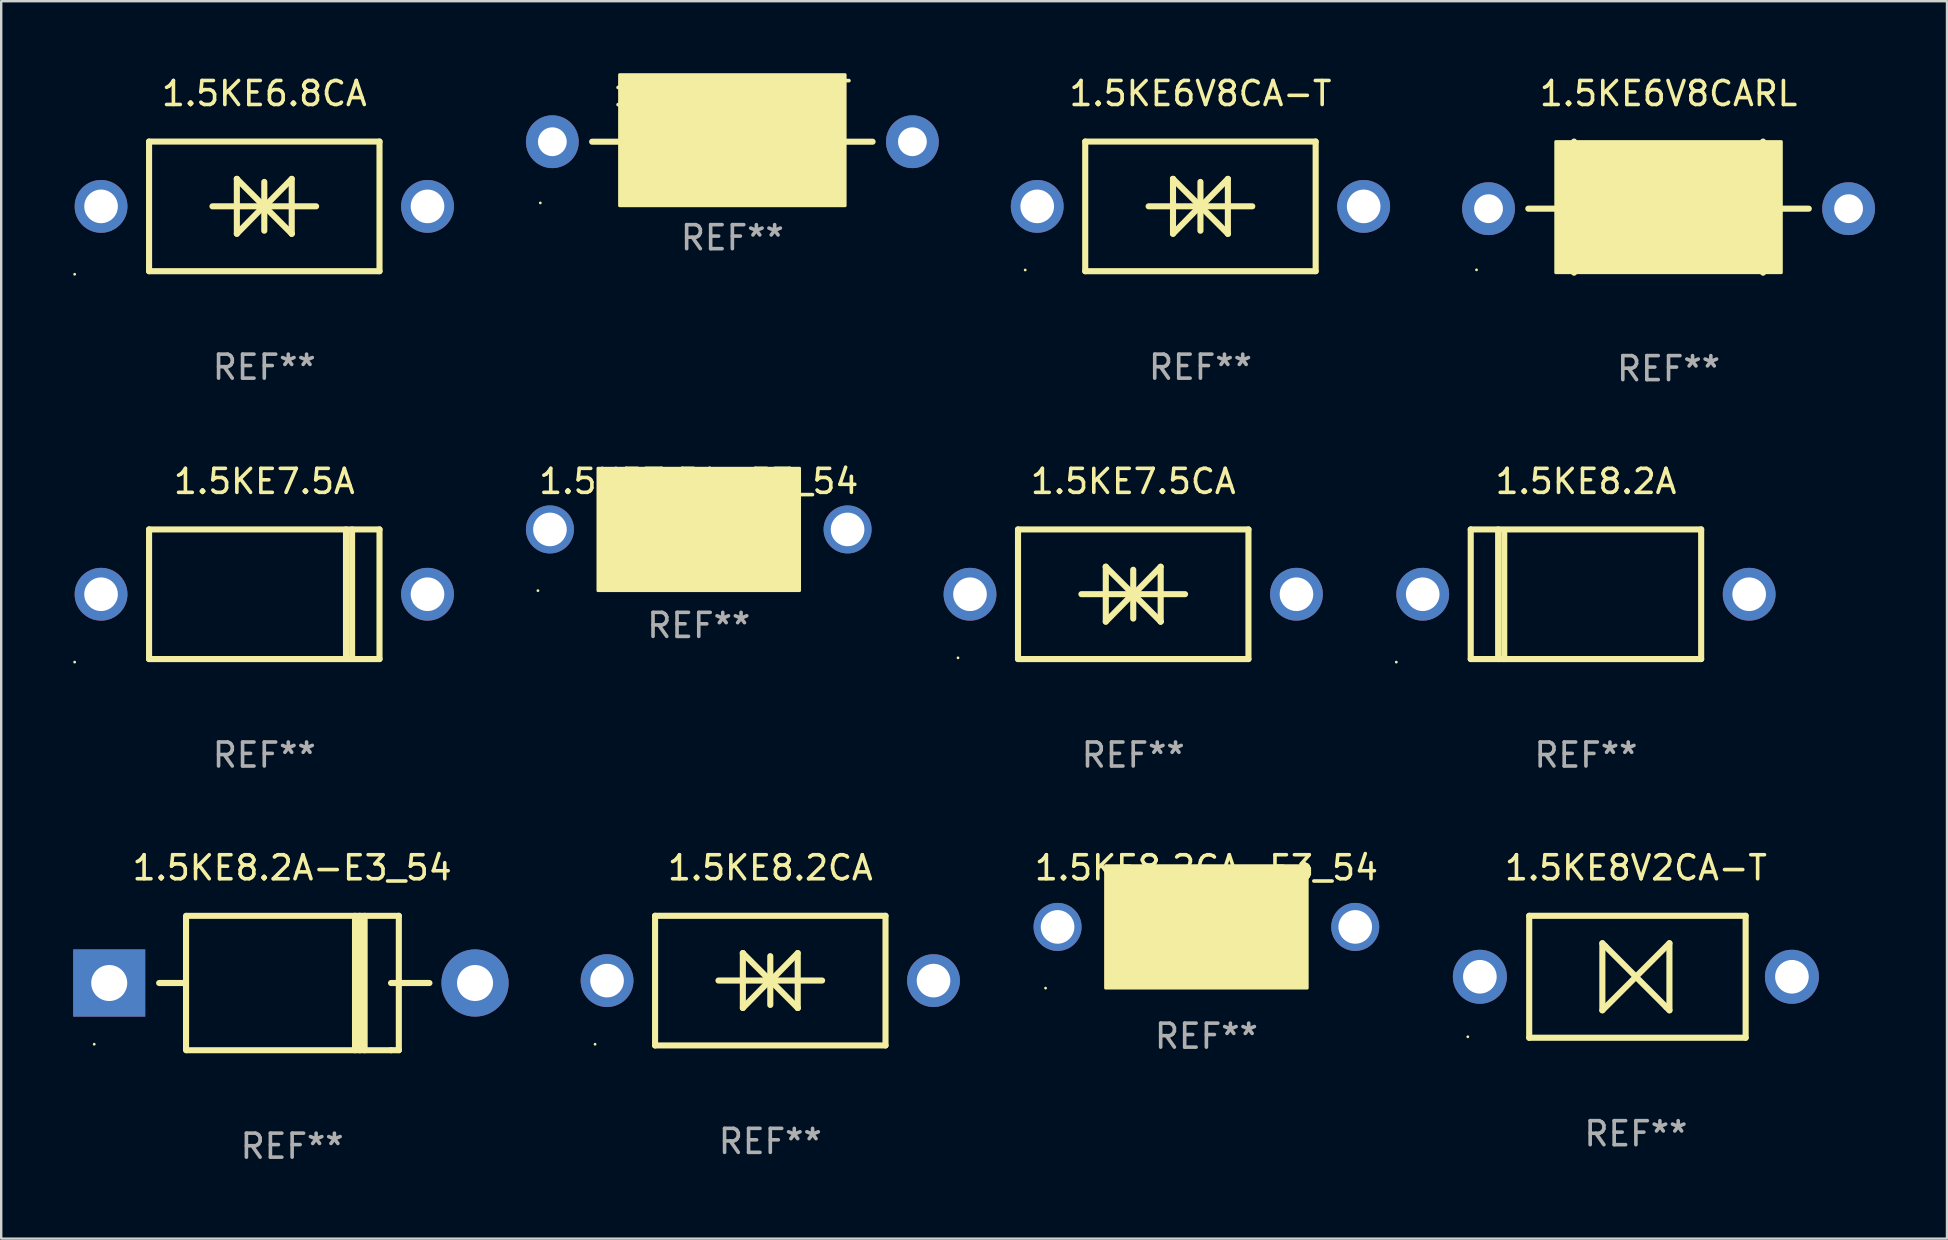
<source format=kicad_pcb>
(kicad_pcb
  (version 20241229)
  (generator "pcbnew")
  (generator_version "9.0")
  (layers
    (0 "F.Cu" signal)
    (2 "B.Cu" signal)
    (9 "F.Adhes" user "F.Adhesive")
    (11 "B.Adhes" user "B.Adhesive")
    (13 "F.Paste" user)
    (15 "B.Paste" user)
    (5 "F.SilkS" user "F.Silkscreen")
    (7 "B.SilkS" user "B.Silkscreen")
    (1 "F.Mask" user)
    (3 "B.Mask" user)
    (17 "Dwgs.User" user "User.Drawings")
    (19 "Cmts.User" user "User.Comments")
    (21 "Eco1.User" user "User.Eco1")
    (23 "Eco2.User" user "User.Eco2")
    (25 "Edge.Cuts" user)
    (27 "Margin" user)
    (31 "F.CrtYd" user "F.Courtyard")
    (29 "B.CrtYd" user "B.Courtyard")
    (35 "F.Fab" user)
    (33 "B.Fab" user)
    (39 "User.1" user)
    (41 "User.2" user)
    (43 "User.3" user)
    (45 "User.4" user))
  (footprint "1.5KE6V8CARL"
    (layer "F.Cu")
    (at 66.461 5.579)
    (property "Reference" "1.5KE6V8CARL" (at 0 -4.731 0) (layer "F.SilkS") (effects (font (size 1 1) (thickness 0.15))))
    (attr through_hole)
    (fp_line (start -4.699 0.064) (end -5.842 0.064) (stroke (width 0.254) (type solid)) (layer "F.SilkS"))
    (fp_line (start -3.937 -2.731) (end -3.937 2.731) (stroke (width 0.254) (type solid)) (layer "F.SilkS"))
    (fp_line (start 3.937 2.731) (end 3.937 -2.731) (stroke (width 0.254) (type solid)) (layer "F.SilkS"))
    (fp_line (start 4.699 0.064) (end 5.842 0.064) (stroke (width 0.254) (type solid)) (layer "F.SilkS"))
    (fp_circle (center -8 2.613) (end -7.97 2.613) (stroke (width 0.06) (type solid)) (fill no) (layer "F.SilkS"))
    (fp_poly (pts (xy -4.699 -2.731) (xy 4.699 -2.731) (xy 4.699 2.731) (xy -4.699 2.731)) (stroke (width 0.12) (type solid)) (fill yes) (layer "F.SilkS"))
    (fp_text user "REF**" (at 0 6.731 0) (layer "F.Fab") (effects (font (size 1 1) (thickness 0.15))))
    (pad "1" thru_hole circle (at -7.5 0.064) (size 2.2 2.2) (drill 1.2) (layers "*.Cu" "*.Mask"))
    (pad "2" thru_hole circle (at 7.5 0.064) (size 2.2 2.2) (drill 1.2) (layers "*.Cu" "*.Mask")))
  (footprint "1.5KE6V8CA-T"
    (layer "F.Cu")
    (at 46.96 5.548)
    (property "Reference" "1.5KE6V8CA-T" (at 0 -4.7 0) (layer "F.SilkS") (effects (font (size 1 1) (thickness 0.15))))
    (attr through_hole)
    (fp_line (start -4.8 -2.7) (end -4.8 2.7) (stroke (width 0.254) (type solid)) (layer "F.SilkS"))
    (fp_line (start -4.8 -2.7) (end 4.8 -2.7) (stroke (width 0.254) (type solid)) (layer "F.SilkS"))
    (fp_line (start -2.159 -0.003) (end 2.159 -0.003) (stroke (width 0.254) (type solid)) (layer "F.SilkS"))
    (fp_line (start -1.143 -1.146) (end -1.143 1.14) (stroke (width 0.254) (type solid)) (layer "F.SilkS"))
    (fp_line (start -1.143 -1.143) (end -1.143 -1.146) (stroke (width 0.254) (type solid)) (layer "F.SilkS"))
    (fp_line (start 0 -1.019) (end 0 1.013) (stroke (width 0.254) (type solid)) (layer "F.SilkS"))
    (fp_line (start 0 -0.026) (end -1.143 1.14) (stroke (width 0.254) (type solid)) (layer "F.SilkS"))
    (fp_line (start 0 -0.006) (end 1.143 1.137) (stroke (width 0.254) (type solid)) (layer "F.SilkS"))
    (fp_line (start 0 0) (end -1.143 -1.143) (stroke (width 0.254) (type solid)) (layer "F.SilkS"))
    (fp_line (start 0 0.02) (end 1.143 -1.146) (stroke (width 0.254) (type solid)) (layer "F.SilkS"))
    (fp_line (start 1.143 1.137) (end 1.143 1.14) (stroke (width 0.254) (type solid)) (layer "F.SilkS"))
    (fp_line (start 1.143 1.14) (end 1.143 -1.146) (stroke (width 0.254) (type solid)) (layer "F.SilkS"))
    (fp_line (start 4.8 -2.7) (end 4.8 2.7) (stroke (width 0.254) (type solid)) (layer "F.SilkS"))
    (fp_line (start 4.8 2.7) (end -4.8 2.7) (stroke (width 0.254) (type solid)) (layer "F.SilkS"))
    (fp_circle (center -7.3 2.65) (end -7.27 2.65) (stroke (width 0.06) (type solid)) (fill no) (layer "F.SilkS"))
    (fp_text user "REF**" (at 0 6.7 0) (layer "F.Fab") (effects (font (size 1 1) (thickness 0.15))))
    (pad "1" thru_hole circle (at -6.8 0) (size 2.2 2.2) (drill 1.4) (layers "*.Cu" "*.Mask"))
    (pad "2" thru_hole circle (at 6.8 0) (size 2.2 2.2) (drill 1.4) (layers "*.Cu" "*.Mask")))
  (footprint "1.5KE8.2A-E3_54"
    (layer "F.Cu")
    (at 9.12 37.902)
    (property "Reference" "1.5KE8.2A-E3_54" (at 0 -4.8 0) (layer "F.SilkS") (effects (font (size 1 1) (thickness 0.15))))
    (attr through_hole)
    (fp_line (start -5.54 0) (end -4.44 0) (stroke (width 0.254) (type solid)) (layer "F.SilkS"))
    (fp_line (start -4.42 2.8) (end -4.42 -2.8) (stroke (width 0.254) (type solid)) (layer "F.SilkS"))
    (fp_line (start -4.379 -2.799) (end 4.445 -2.799) (stroke (width 0.254) (type solid)) (layer "F.SilkS"))
    (fp_line (start 2.62 -2.8) (end 2.62 2.8) (stroke (width 0.254) (type solid)) (layer "F.SilkS"))
    (fp_line (start 2.82 -2.8) (end 2.82 2.8) (stroke (width 0.254) (type solid)) (layer "F.SilkS"))
    (fp_line (start 3.02 -2.8) (end 3.02 2.8) (stroke (width 0.254) (type solid)) (layer "F.SilkS"))
    (fp_line (start 4.12 0) (end 5.72 0) (stroke (width 0.254) (type solid)) (layer "F.SilkS"))
    (fp_line (start 4.12 2.8) (end -4.38 2.8) (stroke (width 0.254) (type solid)) (layer "F.SilkS"))
    (fp_line (start 4.445 -2.799) (end 4.445 2.799) (stroke (width 0.254) (type solid)) (layer "F.SilkS"))
    (fp_line (start 4.445 2.799) (end 4.12 2.799) (stroke (width 0.254) (type solid)) (layer "F.SilkS"))
    (fp_circle (center -8.245 2.55) (end -8.215 2.55) (stroke (width 0.06) (type solid)) (fill no) (layer "F.SilkS"))
    (fp_text user "REF**" (at 0 6.8 0) (layer "F.Fab") (effects (font (size 1 1) (thickness 0.15))))
    (pad "1" thru_hole rect (at -7.62 0 180) (size 3 2.8) (drill 1.5) (layers "*.Cu" "*.Mask"))
    (pad "2" thru_hole circle (at 7.62 0) (size 2.8 2.8) (drill 1.5) (layers "*.Cu" "*.Mask")))
  (footprint "1.5KE8.2A"
    (layer "F.Cu")
    (at 63.02 21.706)
    (property "Reference" "1.5KE8.2A" (at 0 -4.7 0) (layer "F.SilkS") (effects (font (size 1 1) (thickness 0.15))))
    (attr through_hole)
    (fp_line (start -4.8 -2.7) (end 4.8 -2.7) (stroke (width 0.254) (type solid)) (layer "F.SilkS"))
    (fp_line (start -4.8 2.7) (end -4.8 -2.7) (stroke (width 0.254) (type solid)) (layer "F.SilkS"))
    (fp_line (start -3.658 2.7) (end -3.658 -2.7) (stroke (width 0.254) (type solid)) (layer "F.SilkS"))
    (fp_line (start -3.404 2.7) (end -3.404 -2.54) (stroke (width 0.254) (type solid)) (layer "F.SilkS"))
    (fp_line (start 4.8 2.7) (end -4.8 2.7) (stroke (width 0.254) (type solid)) (layer "F.SilkS"))
    (fp_line (start 4.8 2.7) (end 4.8 -2.7) (stroke (width 0.254) (type solid)) (layer "F.SilkS"))
    (fp_circle (center -7.9 2.827) (end -7.87 2.827) (stroke (width 0.06) (type solid)) (fill no) (layer "F.SilkS"))
    (fp_text user "REF**" (at 0 6.7 0) (layer "F.Fab") (effects (font (size 1 1) (thickness 0.15))))
    (pad "1" thru_hole circle (at -6.8 0) (size 2.2 2.2) (drill 1.4) (layers "*.Cu" "*.Mask"))
    (pad "2" thru_hole circle (at 6.8 0) (size 2.2 2.2) (drill 1.4) (layers "*.Cu" "*.Mask")))
  (footprint "1.5KE7.5CA"
    (layer "F.Cu")
    (at 44.16 21.706)
    (property "Reference" "1.5KE7.5CA" (at 0 -4.7 0) (layer "F.SilkS") (effects (font (size 1 1) (thickness 0.15))))
    (attr through_hole)
    (fp_line (start -4.8 -2.7) (end -4.8 2.7) (stroke (width 0.254) (type solid)) (layer "F.SilkS"))
    (fp_line (start -4.8 -2.7) (end 4.8 -2.7) (stroke (width 0.254) (type solid)) (layer "F.SilkS"))
    (fp_line (start -2.159 -0.003) (end 2.159 -0.003) (stroke (width 0.254) (type solid)) (layer "F.SilkS"))
    (fp_line (start -1.143 -1.146) (end -1.143 1.14) (stroke (width 0.254) (type solid)) (layer "F.SilkS"))
    (fp_line (start -1.143 -1.143) (end -1.143 -1.146) (stroke (width 0.254) (type solid)) (layer "F.SilkS"))
    (fp_line (start 0 -1.019) (end 0 1.013) (stroke (width 0.254) (type solid)) (layer "F.SilkS"))
    (fp_line (start 0 -0.026) (end -1.143 1.14) (stroke (width 0.254) (type solid)) (layer "F.SilkS"))
    (fp_line (start 0 -0.006) (end 1.143 1.137) (stroke (width 0.254) (type solid)) (layer "F.SilkS"))
    (fp_line (start 0 0) (end -1.143 -1.143) (stroke (width 0.254) (type solid)) (layer "F.SilkS"))
    (fp_line (start 0 0.02) (end 1.143 -1.146) (stroke (width 0.254) (type solid)) (layer "F.SilkS"))
    (fp_line (start 1.143 1.137) (end 1.143 1.14) (stroke (width 0.254) (type solid)) (layer "F.SilkS"))
    (fp_line (start 1.143 1.14) (end 1.143 -1.146) (stroke (width 0.254) (type solid)) (layer "F.SilkS"))
    (fp_line (start 4.8 -2.7) (end 4.8 2.7) (stroke (width 0.254) (type solid)) (layer "F.SilkS"))
    (fp_line (start 4.8 2.7) (end -4.8 2.7) (stroke (width 0.254) (type solid)) (layer "F.SilkS"))
    (fp_circle (center -7.3 2.65) (end -7.27 2.65) (stroke (width 0.06) (type solid)) (fill no) (layer "F.SilkS"))
    (fp_text user "REF**" (at 0 6.7 0) (layer "F.Fab") (effects (font (size 1 1) (thickness 0.15))))
    (pad "1" thru_hole circle (at -6.8 0) (size 2.2 2.2) (drill 1.4) (layers "*.Cu" "*.Mask"))
    (pad "2" thru_hole circle (at 6.8 0) (size 2.2 2.2) (drill 1.4) (layers "*.Cu" "*.Mask")))
  (footprint "1.5KE7.5A-E3_54"
    (layer "F.Cu")
    (at 26.06 19.006)
    (property "Reference" "1.5KE7.5A-E3_54" (at 0 -2 0) (layer "F.SilkS") (effects (font (size 1 1) (thickness 0.15))))
    (attr through_hole)
    (fp_circle (center -6.7 2.55) (end -6.67 2.55) (stroke (width 0.06) (type solid)) (fill no) (layer "F.SilkS"))
    (fp_poly (pts (xy -4.2 -2.55) (xy 4.2 -2.55) (xy 4.2 2.55) (xy -4.2 2.55)) (stroke (width 0.12) (type solid)) (fill yes) (layer "F.SilkS"))
    (fp_text user "REF**" (at 0 4 0) (layer "F.Fab") (effects (font (size 1 1) (thickness 0.15))))
    (pad "1" thru_hole circle (at -6.2 0) (size 2 2) (drill 1.4) (layers "*.Cu" "*.Mask"))
    (pad "2" thru_hole circle (at 6.2 0) (size 2 2) (drill 1.4) (layers "*.Cu" "*.Mask")))
  (footprint "1.5KE8V2CA-T"
    (layer "F.Cu")
    (at 65.101 37.642)
    (property "Reference" "1.5KE8V2CA-T" (at 0 -4.54 0) (layer "F.SilkS") (effects (font (size 1 1) (thickness 0.15))))
    (attr through_hole)
    (fp_line (start -4.445 -2.54) (end -4.445 2.54) (stroke (width 0.254) (type solid)) (layer "F.SilkS"))
    (fp_line (start -4.445 2.54) (end 4.572 2.54) (stroke (width 0.254) (type solid)) (layer "F.SilkS"))
    (fp_line (start -1.397 -1.397) (end -1.27 -1.27) (stroke (width 0.254) (type solid)) (layer "F.SilkS"))
    (fp_line (start -1.397 1.397) (end -1.397 -1.397) (stroke (width 0.254) (type solid)) (layer "F.SilkS"))
    (fp_line (start -1.27 -1.27) (end 0 0) (stroke (width 0.254) (type solid)) (layer "F.SilkS"))
    (fp_line (start 0 0) (end -1.397 1.397) (stroke (width 0.254) (type solid)) (layer "F.SilkS"))
    (fp_line (start 0 0) (end 1.397 -1.397) (stroke (width 0.254) (type solid)) (layer "F.SilkS"))
    (fp_line (start 1.27 1.27) (end 0 0) (stroke (width 0.254) (type solid)) (layer "F.SilkS"))
    (fp_line (start 1.397 -1.397) (end 1.397 1.397) (stroke (width 0.254) (type solid)) (layer "F.SilkS"))
    (fp_line (start 1.397 1.397) (end 1.27 1.27) (stroke (width 0.254) (type solid)) (layer "F.SilkS"))
    (fp_line (start 4.572 -2.54) (end -4.445 -2.54) (stroke (width 0.254) (type solid)) (layer "F.SilkS"))
    (fp_line (start 4.572 2.54) (end 4.572 -2.54) (stroke (width 0.254) (type solid)) (layer "F.SilkS"))
    (fp_circle (center -7.002 2.5) (end -6.972 2.5) (stroke (width 0.06) (type solid)) (fill no) (layer "F.SilkS"))
    (fp_text user "REF**" (at 0 6.54 0) (layer "F.Fab") (effects (font (size 1 1) (thickness 0.15))))
    (pad "1" thru_hole circle (at -6.5 0) (size 2.25 2.25) (drill 1.4) (layers "*.Cu" "*.Mask"))
    (pad "2" thru_hole circle (at 6.5 0) (size 2.25 2.25) (drill 1.4) (layers "*.Cu" "*.Mask")))
  (footprint "1.5KE8.2CA"
    (layer "F.Cu")
    (at 29.04 37.802)
    (property "Reference" "1.5KE8.2CA" (at 0 -4.7 0) (layer "F.SilkS") (effects (font (size 1 1) (thickness 0.15))))
    (attr through_hole)
    (fp_line (start -4.8 -2.7) (end -4.8 2.7) (stroke (width 0.254) (type solid)) (layer "F.SilkS"))
    (fp_line (start -4.8 -2.7) (end 4.8 -2.7) (stroke (width 0.254) (type solid)) (layer "F.SilkS"))
    (fp_line (start -2.159 -0.003) (end 2.159 -0.003) (stroke (width 0.254) (type solid)) (layer "F.SilkS"))
    (fp_line (start -1.143 -1.146) (end -1.143 1.14) (stroke (width 0.254) (type solid)) (layer "F.SilkS"))
    (fp_line (start -1.143 -1.143) (end -1.143 -1.146) (stroke (width 0.254) (type solid)) (layer "F.SilkS"))
    (fp_line (start 0 -1.019) (end 0 1.013) (stroke (width 0.254) (type solid)) (layer "F.SilkS"))
    (fp_line (start 0 -0.026) (end -1.143 1.14) (stroke (width 0.254) (type solid)) (layer "F.SilkS"))
    (fp_line (start 0 -0.006) (end 1.143 1.137) (stroke (width 0.254) (type solid)) (layer "F.SilkS"))
    (fp_line (start 0 0) (end -1.143 -1.143) (stroke (width 0.254) (type solid)) (layer "F.SilkS"))
    (fp_line (start 0 0.02) (end 1.143 -1.146) (stroke (width 0.254) (type solid)) (layer "F.SilkS"))
    (fp_line (start 1.143 1.137) (end 1.143 1.14) (stroke (width 0.254) (type solid)) (layer "F.SilkS"))
    (fp_line (start 1.143 1.14) (end 1.143 -1.146) (stroke (width 0.254) (type solid)) (layer "F.SilkS"))
    (fp_line (start 4.8 -2.7) (end 4.8 2.7) (stroke (width 0.254) (type solid)) (layer "F.SilkS"))
    (fp_line (start 4.8 2.7) (end -4.8 2.7) (stroke (width 0.254) (type solid)) (layer "F.SilkS"))
    (fp_circle (center -7.3 2.65) (end -7.27 2.65) (stroke (width 0.06) (type solid)) (fill no) (layer "F.SilkS"))
    (fp_text user "REF**" (at 0 6.7 0) (layer "F.Fab") (effects (font (size 1 1) (thickness 0.15))))
    (pad "1" thru_hole circle (at -6.8 0) (size 2.2 2.2) (drill 1.4) (layers "*.Cu" "*.Mask"))
    (pad "2" thru_hole circle (at 6.8 0) (size 2.2 2.2) (drill 1.4) (layers "*.Cu" "*.Mask")))
  (footprint "1.5KE6V8A-T"
    (layer "F.Cu")
    (at 27.46 2.854)
    (property "Reference" "1.5KE6V8A-T" (at 0 -2 0) (layer "F.SilkS") (effects (font (size 1 1) (thickness 0.15))))
    (attr through_hole)
    (fp_line (start -4.699 0) (end -5.842 0) (stroke (width 0.254) (type solid)) (layer "F.SilkS"))
    (fp_line (start 4.699 0) (end 5.842 0) (stroke (width 0.254) (type solid)) (layer "F.SilkS"))
    (fp_circle (center -8 2.55) (end -7.97 2.55) (stroke (width 0.06) (type solid)) (fill no) (layer "F.SilkS"))
    (fp_poly (pts (xy -4.699 -2.794) (xy 4.699 -2.794) (xy 4.699 2.667) (xy -4.699 2.667)) (stroke (width 0.12) (type solid)) (fill yes) (layer "F.SilkS"))
    (fp_text user "REF**" (at 0 4 0) (layer "F.Fab") (effects (font (size 1 1) (thickness 0.15))))
    (pad "1" thru_hole circle (at -7.5 0) (size 2.2 2.2) (drill 1.2) (layers "*.Cu" "*.Mask"))
    (pad "2" thru_hole circle (at 7.5 0) (size 2.2 2.2) (drill 1.2) (layers "*.Cu" "*.Mask")))
  (footprint "1.5KE7.5A"
    (layer "F.Cu")
    (at 7.96 21.706)
    (property "Reference" "1.5KE7.5A" (at 0 -4.7 0) (layer "F.SilkS") (effects (font (size 1 1) (thickness 0.15))))
    (attr through_hole)
    (fp_line (start -4.8 -2.7) (end -4.8 2.7) (stroke (width 0.254) (type solid)) (layer "F.SilkS"))
    (fp_line (start -4.8 -2.7) (end 4.8 -2.7) (stroke (width 0.254) (type solid)) (layer "F.SilkS"))
    (fp_line (start 3.404 -2.7) (end 3.404 2.54) (stroke (width 0.254) (type solid)) (layer "F.SilkS"))
    (fp_line (start 3.658 -2.7) (end 3.658 2.7) (stroke (width 0.254) (type solid)) (layer "F.SilkS"))
    (fp_line (start 4.8 -2.7) (end 4.8 2.7) (stroke (width 0.254) (type solid)) (layer "F.SilkS"))
    (fp_line (start 4.8 2.7) (end -4.8 2.7) (stroke (width 0.254) (type solid)) (layer "F.SilkS"))
    (fp_circle (center -7.9 2.827) (end -7.87 2.827) (stroke (width 0.06) (type solid)) (fill no) (layer "F.SilkS"))
    (fp_text user "REF**" (at 0 6.7 0) (layer "F.Fab") (effects (font (size 1 1) (thickness 0.15))))
    (pad "1" thru_hole circle (at -6.8 0) (size 2.2 2.2) (drill 1.4) (layers "*.Cu" "*.Mask"))
    (pad "2" thru_hole circle (at 6.8 0) (size 2.2 2.2) (drill 1.4) (layers "*.Cu" "*.Mask")))
  (footprint "1.5KE8.2CA-E3_54"
    (layer "F.Cu")
    (at 47.208 35.61)
    (property "Reference" "1.5KE8.2CA-E3_54" (at 0 -2.508 0) (layer "F.SilkS") (effects (font (size 1 1) (thickness 0.15))))
    (attr through_hole)
    (fp_line (start -1.498 0) (end 0.534 0) (stroke (width 0.254) (type solid)) (layer "F.SilkS"))
    (fp_line (start -0.99 -0.508) (end -0.99 0.508) (stroke (width 0.254) (type solid)) (layer "F.SilkS"))
    (fp_line (start -0.99 0.508) (end 0.026 0) (stroke (width 0.254) (type solid)) (layer "F.SilkS"))
    (fp_line (start 0.026 -0.508) (end 0.026 0.508) (stroke (width 0.254) (type solid)) (layer "F.SilkS"))
    (fp_line (start 0.026 0) (end -0.99 -0.508) (stroke (width 0.254) (type solid)) (layer "F.SilkS"))
    (fp_line (start 0.026 0) (end 0.026 -0.508) (stroke (width 0.254) (type solid)) (layer "F.SilkS"))
    (fp_line (start 0.038 0) (end 0.038 0.508) (stroke (width 0.254) (type solid)) (layer "F.SilkS"))
    (fp_line (start 0.038 0) (end 1.054 0.508) (stroke (width 0.254) (type solid)) (layer "F.SilkS"))
    (fp_line (start 0.038 0.508) (end 0.038 -0.508) (stroke (width 0.254) (type solid)) (layer "F.SilkS"))
    (fp_line (start 1.054 -0.508) (end 0.038 0) (stroke (width 0.254) (type solid)) (layer "F.SilkS"))
    (fp_line (start 1.054 0.508) (end 1.054 -0.508) (stroke (width 0.254) (type solid)) (layer "F.SilkS"))
    (fp_line (start 1.562 0) (end -0.47 0) (stroke (width 0.254) (type solid)) (layer "F.SilkS"))
    (fp_circle (center -6.7 2.505) (end -6.67 2.505) (stroke (width 0.06) (type solid)) (fill no) (layer "F.SilkS"))
    (fp_poly (pts (xy -4.2 -2.595) (xy 4.2 -2.595) (xy 4.2 2.505) (xy -4.2 2.505)) (stroke (width 0.12) (type solid)) (fill yes) (layer "F.SilkS"))
    (fp_text user "REF**" (at 0 4.508 0) (layer "F.Fab") (effects (font (size 1 1) (thickness 0.15))))
    (pad "1" thru_hole circle (at -6.2 -0.045) (size 2 2) (drill 1.4) (layers "*.Cu" "*.Mask"))
    (pad "2" thru_hole circle (at 6.2 -0.045) (size 2 2) (drill 1.4) (layers "*.Cu" "*.Mask")))
  (footprint "1.5KE6.8CA"
    (layer "F.Cu")
    (at 7.96 5.548)
    (property "Reference" "1.5KE6.8CA" (at 0 -4.7 0) (layer "F.SilkS") (effects (font (size 1 1) (thickness 0.15))))
    (attr through_hole)
    (fp_line (start -4.8 -2.7) (end -4.8 2.7) (stroke (width 0.254) (type solid)) (layer "F.SilkS"))
    (fp_line (start -4.8 -2.7) (end 4.8 -2.7) (stroke (width 0.254) (type solid)) (layer "F.SilkS"))
    (fp_line (start -2.159 -0.003) (end 2.159 -0.003) (stroke (width 0.254) (type solid)) (layer "F.SilkS"))
    (fp_line (start -1.143 -1.146) (end -1.143 1.14) (stroke (width 0.254) (type solid)) (layer "F.SilkS"))
    (fp_line (start -1.143 -1.143) (end -1.143 -1.146) (stroke (width 0.254) (type solid)) (layer "F.SilkS"))
    (fp_line (start 0 -1.019) (end 0 1.013) (stroke (width 0.254) (type solid)) (layer "F.SilkS"))
    (fp_line (start 0 -0.026) (end -1.143 1.14) (stroke (width 0.254) (type solid)) (layer "F.SilkS"))
    (fp_line (start 0 -0.006) (end 1.143 1.137) (stroke (width 0.254) (type solid)) (layer "F.SilkS"))
    (fp_line (start 0 0) (end -1.143 -1.143) (stroke (width 0.254) (type solid)) (layer "F.SilkS"))
    (fp_line (start 0 0.02) (end 1.143 -1.146) (stroke (width 0.254) (type solid)) (layer "F.SilkS"))
    (fp_line (start 1.143 1.137) (end 1.143 1.14) (stroke (width 0.254) (type solid)) (layer "F.SilkS"))
    (fp_line (start 1.143 1.14) (end 1.143 -1.146) (stroke (width 0.254) (type solid)) (layer "F.SilkS"))
    (fp_line (start 4.8 -2.7) (end 4.8 2.7) (stroke (width 0.254) (type solid)) (layer "F.SilkS"))
    (fp_line (start 4.8 2.7) (end -4.8 2.7) (stroke (width 0.254) (type solid)) (layer "F.SilkS"))
    (fp_circle (center -7.9 2.827) (end -7.87 2.827) (stroke (width 0.06) (type solid)) (fill no) (layer "F.SilkS"))
    (fp_text user "REF**" (at 0 6.7 0) (layer "F.Fab") (effects (font (size 1 1) (thickness 0.15))))
    (pad "1" thru_hole circle (at -6.8 0) (size 2.2 2.2) (drill 1.4) (layers "*.Cu" "*.Mask"))
    (pad "2" thru_hole circle (at 6.8 0) (size 2.2 2.2) (drill 1.4) (layers "*.Cu" "*.Mask")))
  (gr_rect
    (start -3 -3)
    (end 78.061 48.551)
    (stroke (width 0.1) (type default))
    (fill no)
    (layer "Edge.Cuts")))
</source>
